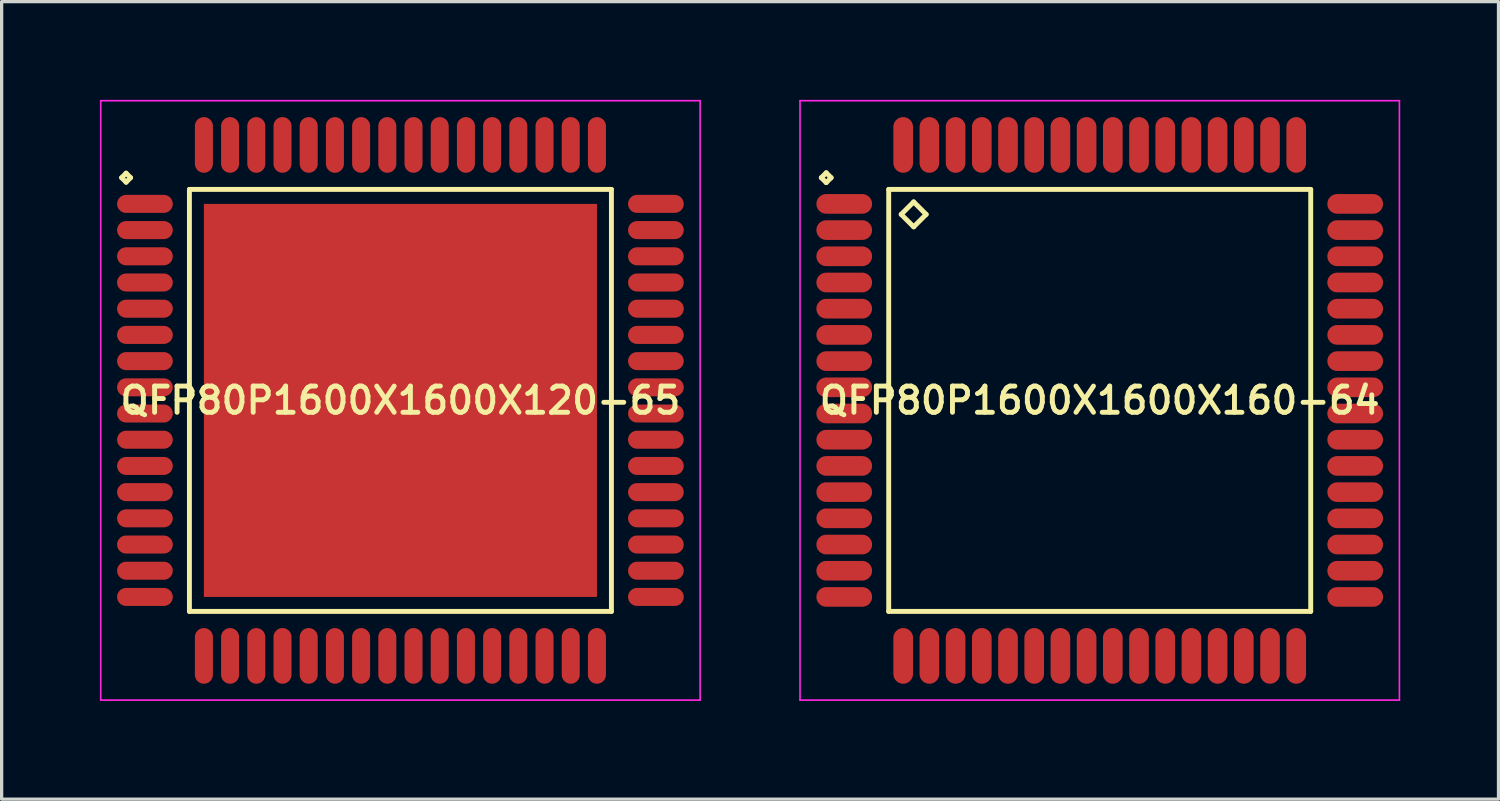
<source format=kicad_pcb>
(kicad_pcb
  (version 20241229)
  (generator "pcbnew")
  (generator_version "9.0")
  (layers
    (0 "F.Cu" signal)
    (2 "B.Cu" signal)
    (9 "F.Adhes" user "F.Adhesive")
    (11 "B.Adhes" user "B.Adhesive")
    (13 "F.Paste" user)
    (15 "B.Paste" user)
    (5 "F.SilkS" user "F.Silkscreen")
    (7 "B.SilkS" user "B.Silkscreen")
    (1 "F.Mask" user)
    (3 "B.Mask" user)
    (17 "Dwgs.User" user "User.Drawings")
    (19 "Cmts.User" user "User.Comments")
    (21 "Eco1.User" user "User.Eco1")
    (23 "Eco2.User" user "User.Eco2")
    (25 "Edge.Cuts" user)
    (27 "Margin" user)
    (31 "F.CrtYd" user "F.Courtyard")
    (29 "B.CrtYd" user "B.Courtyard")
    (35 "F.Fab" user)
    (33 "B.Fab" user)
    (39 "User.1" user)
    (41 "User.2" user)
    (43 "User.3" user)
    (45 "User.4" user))
  (footprint "QFP80P1600X1600X120-65"
    (layer "F.Cu")
    (at 9.175 9.175)
    (property "Reference" "QFP80P1600X1600X120-65" (at 0 0 0) (layer "F.SilkS") (effects (font (size 0.8 0.8) (thickness 0.15))))
    (attr smd)
    (fp_line (start -8.512 -6.8) (end -8.375 -6.938) (stroke (width 0.15) (type solid)) (layer "F.SilkS"))
    (fp_line (start -8.375 -6.938) (end -8.238 -6.8) (stroke (width 0.15) (type solid)) (layer "F.SilkS"))
    (fp_line (start -8.375 -6.662) (end -8.512 -6.8) (stroke (width 0.15) (type solid)) (layer "F.SilkS"))
    (fp_line (start -8.238 -6.8) (end -8.375 -6.662) (stroke (width 0.15) (type solid)) (layer "F.SilkS"))
    (fp_line (start -6.442 -6.442) (end -6.442 6.442) (stroke (width 0.15) (type solid)) (layer "F.SilkS"))
    (fp_line (start -6.442 6.442) (end 6.442 6.442) (stroke (width 0.15) (type solid)) (layer "F.SilkS"))
    (fp_line (start 6.442 -6.442) (end -6.442 -6.442) (stroke (width 0.15) (type solid)) (layer "F.SilkS"))
    (fp_line (start 6.442 6.442) (end 6.442 -6.442) (stroke (width 0.15) (type solid)) (layer "F.SilkS"))
    (fp_line (start -9.15 -9.15) (end 9.15 -9.15) (stroke (width 0.05) (type solid)) (layer "F.CrtYd"))
    (fp_line (start -9.15 9.15) (end -9.15 -9.15) (stroke (width 0.05) (type solid)) (layer "F.CrtYd"))
    (fp_line (start 9.15 -9.15) (end 9.15 9.15) (stroke (width 0.05) (type solid)) (layer "F.CrtYd"))
    (fp_line (start 9.15 9.15) (end -9.15 9.15) (stroke (width 0.05) (type solid)) (layer "F.CrtYd"))
    (pad "1" smd oval (at -7.8 -6) (size 1.7 0.55) (layers "F.Cu" "F.Mask" "F.Paste"))
    (pad "2" smd oval (at -7.8 -5.2) (size 1.7 0.55) (layers "F.Cu" "F.Mask" "F.Paste"))
    (pad "3" smd oval (at -7.8 -4.4) (size 1.7 0.55) (layers "F.Cu" "F.Mask" "F.Paste"))
    (pad "4" smd oval (at -7.8 -3.6) (size 1.7 0.55) (layers "F.Cu" "F.Mask" "F.Paste"))
    (pad "5" smd oval (at -7.8 -2.8) (size 1.7 0.55) (layers "F.Cu" "F.Mask" "F.Paste"))
    (pad "6" smd oval (at -7.8 -2) (size 1.7 0.55) (layers "F.Cu" "F.Mask" "F.Paste"))
    (pad "7" smd oval (at -7.8 -1.2) (size 1.7 0.55) (layers "F.Cu" "F.Mask" "F.Paste"))
    (pad "8" smd oval (at -7.8 -0.4) (size 1.7 0.55) (layers "F.Cu" "F.Mask" "F.Paste"))
    (pad "9" smd oval (at -7.8 0.4) (size 1.7 0.55) (layers "F.Cu" "F.Mask" "F.Paste"))
    (pad "10" smd oval (at -7.8 1.2) (size 1.7 0.55) (layers "F.Cu" "F.Mask" "F.Paste"))
    (pad "11" smd oval (at -7.8 2) (size 1.7 0.55) (layers "F.Cu" "F.Mask" "F.Paste"))
    (pad "12" smd oval (at -7.8 2.8) (size 1.7 0.55) (layers "F.Cu" "F.Mask" "F.Paste"))
    (pad "13" smd oval (at -7.8 3.6) (size 1.7 0.55) (layers "F.Cu" "F.Mask" "F.Paste"))
    (pad "14" smd oval (at -7.8 4.4) (size 1.7 0.55) (layers "F.Cu" "F.Mask" "F.Paste"))
    (pad "15" smd oval (at -7.8 5.2) (size 1.7 0.55) (layers "F.Cu" "F.Mask" "F.Paste"))
    (pad "16" smd oval (at -7.8 6) (size 1.7 0.55) (layers "F.Cu" "F.Mask" "F.Paste"))
    (pad "17" smd oval (at -6 7.8) (size 0.55 1.7) (layers "F.Cu" "F.Mask" "F.Paste"))
    (pad "18" smd oval (at -5.2 7.8) (size 0.55 1.7) (layers "F.Cu" "F.Mask" "F.Paste"))
    (pad "19" smd oval (at -4.4 7.8) (size 0.55 1.7) (layers "F.Cu" "F.Mask" "F.Paste"))
    (pad "20" smd oval (at -3.6 7.8) (size 0.55 1.7) (layers "F.Cu" "F.Mask" "F.Paste"))
    (pad "21" smd oval (at -2.8 7.8) (size 0.55 1.7) (layers "F.Cu" "F.Mask" "F.Paste"))
    (pad "22" smd oval (at -2 7.8) (size 0.55 1.7) (layers "F.Cu" "F.Mask" "F.Paste"))
    (pad "23" smd oval (at -1.2 7.8) (size 0.55 1.7) (layers "F.Cu" "F.Mask" "F.Paste"))
    (pad "24" smd oval (at -0.4 7.8) (size 0.55 1.7) (layers "F.Cu" "F.Mask" "F.Paste"))
    (pad "25" smd oval (at 0.4 7.8) (size 0.55 1.7) (layers "F.Cu" "F.Mask" "F.Paste"))
    (pad "26" smd oval (at 1.2 7.8) (size 0.55 1.7) (layers "F.Cu" "F.Mask" "F.Paste"))
    (pad "27" smd oval (at 2 7.8) (size 0.55 1.7) (layers "F.Cu" "F.Mask" "F.Paste"))
    (pad "28" smd oval (at 2.8 7.8) (size 0.55 1.7) (layers "F.Cu" "F.Mask" "F.Paste"))
    (pad "29" smd oval (at 3.6 7.8) (size 0.55 1.7) (layers "F.Cu" "F.Mask" "F.Paste"))
    (pad "30" smd oval (at 4.4 7.8) (size 0.55 1.7) (layers "F.Cu" "F.Mask" "F.Paste"))
    (pad "31" smd oval (at 5.2 7.8) (size 0.55 1.7) (layers "F.Cu" "F.Mask" "F.Paste"))
    (pad "32" smd oval (at 6 7.8) (size 0.55 1.7) (layers "F.Cu" "F.Mask" "F.Paste"))
    (pad "33" smd oval (at 7.8 6) (size 1.7 0.55) (layers "F.Cu" "F.Mask" "F.Paste"))
    (pad "34" smd oval (at 7.8 5.2) (size 1.7 0.55) (layers "F.Cu" "F.Mask" "F.Paste"))
    (pad "35" smd oval (at 7.8 4.4) (size 1.7 0.55) (layers "F.Cu" "F.Mask" "F.Paste"))
    (pad "36" smd oval (at 7.8 3.6) (size 1.7 0.55) (layers "F.Cu" "F.Mask" "F.Paste"))
    (pad "37" smd oval (at 7.8 2.8) (size 1.7 0.55) (layers "F.Cu" "F.Mask" "F.Paste"))
    (pad "38" smd oval (at 7.8 2) (size 1.7 0.55) (layers "F.Cu" "F.Mask" "F.Paste"))
    (pad "39" smd oval (at 7.8 1.2) (size 1.7 0.55) (layers "F.Cu" "F.Mask" "F.Paste"))
    (pad "40" smd oval (at 7.8 0.4) (size 1.7 0.55) (layers "F.Cu" "F.Mask" "F.Paste"))
    (pad "41" smd oval (at 7.8 -0.4) (size 1.7 0.55) (layers "F.Cu" "F.Mask" "F.Paste"))
    (pad "42" smd oval (at 7.8 -1.2) (size 1.7 0.55) (layers "F.Cu" "F.Mask" "F.Paste"))
    (pad "43" smd oval (at 7.8 -2) (size 1.7 0.55) (layers "F.Cu" "F.Mask" "F.Paste"))
    (pad "44" smd oval (at 7.8 -2.8) (size 1.7 0.55) (layers "F.Cu" "F.Mask" "F.Paste"))
    (pad "45" smd oval (at 7.8 -3.6) (size 1.7 0.55) (layers "F.Cu" "F.Mask" "F.Paste"))
    (pad "46" smd oval (at 7.8 -4.4) (size 1.7 0.55) (layers "F.Cu" "F.Mask" "F.Paste"))
    (pad "47" smd oval (at 7.8 -5.2) (size 1.7 0.55) (layers "F.Cu" "F.Mask" "F.Paste"))
    (pad "48" smd oval (at 7.8 -6) (size 1.7 0.55) (layers "F.Cu" "F.Mask" "F.Paste"))
    (pad "49" smd oval (at 6 -7.8) (size 0.55 1.7) (layers "F.Cu" "F.Mask" "F.Paste"))
    (pad "50" smd oval (at 5.2 -7.8) (size 0.55 1.7) (layers "F.Cu" "F.Mask" "F.Paste"))
    (pad "51" smd oval (at 4.4 -7.8) (size 0.55 1.7) (layers "F.Cu" "F.Mask" "F.Paste"))
    (pad "52" smd oval (at 3.6 -7.8) (size 0.55 1.7) (layers "F.Cu" "F.Mask" "F.Paste"))
    (pad "53" smd oval (at 2.8 -7.8) (size 0.55 1.7) (layers "F.Cu" "F.Mask" "F.Paste"))
    (pad "54" smd oval (at 2 -7.8) (size 0.55 1.7) (layers "F.Cu" "F.Mask" "F.Paste"))
    (pad "55" smd oval (at 1.2 -7.8) (size 0.55 1.7) (layers "F.Cu" "F.Mask" "F.Paste"))
    (pad "56" smd oval (at 0.4 -7.8) (size 0.55 1.7) (layers "F.Cu" "F.Mask" "F.Paste"))
    (pad "57" smd oval (at -0.4 -7.8) (size 0.55 1.7) (layers "F.Cu" "F.Mask" "F.Paste"))
    (pad "58" smd oval (at -1.2 -7.8) (size 0.55 1.7) (layers "F.Cu" "F.Mask" "F.Paste"))
    (pad "59" smd oval (at -2 -7.8) (size 0.55 1.7) (layers "F.Cu" "F.Mask" "F.Paste"))
    (pad "60" smd oval (at -2.8 -7.8) (size 0.55 1.7) (layers "F.Cu" "F.Mask" "F.Paste"))
    (pad "61" smd oval (at -3.6 -7.8) (size 0.55 1.7) (layers "F.Cu" "F.Mask" "F.Paste"))
    (pad "62" smd oval (at -4.4 -7.8) (size 0.55 1.7) (layers "F.Cu" "F.Mask" "F.Paste"))
    (pad "63" smd oval (at -5.2 -7.8) (size 0.55 1.7) (layers "F.Cu" "F.Mask" "F.Paste"))
    (pad "64" smd oval (at -6 -7.8) (size 0.55 1.7) (layers "F.Cu" "F.Mask" "F.Paste"))
    (pad "65" smd rect (at 0 0) (size 12 12) (layers "F.Cu" "F.Mask" "F.Paste")))
  (footprint "QFP80P1600X1600X160-64"
    (layer "F.Cu")
    (at 30.525 9.175)
    (property "Reference" "QFP80P1600X1600X160-64" (at 0 0 0) (layer "F.SilkS") (effects (font (size 0.8 0.8) (thickness 0.15))))
    (attr smd)
    (fp_line (start -8.5 -6.8) (end -8.35 -6.95) (stroke (width 0.15) (type solid)) (layer "F.SilkS"))
    (fp_line (start -8.35 -6.95) (end -8.2 -6.8) (stroke (width 0.15) (type solid)) (layer "F.SilkS"))
    (fp_line (start -8.35 -6.65) (end -8.5 -6.8) (stroke (width 0.15) (type solid)) (layer "F.SilkS"))
    (fp_line (start -8.2 -6.8) (end -8.35 -6.65) (stroke (width 0.15) (type solid)) (layer "F.SilkS"))
    (fp_line (start -6.442 -6.442) (end -6.442 6.442) (stroke (width 0.15) (type solid)) (layer "F.SilkS"))
    (fp_line (start -6.442 6.442) (end 6.442 6.442) (stroke (width 0.15) (type solid)) (layer "F.SilkS"))
    (fp_line (start -6.061 -5.68) (end -5.68 -6.061) (stroke (width 0.15) (type solid)) (layer "F.SilkS"))
    (fp_line (start -5.68 -6.061) (end -5.299 -5.68) (stroke (width 0.15) (type solid)) (layer "F.SilkS"))
    (fp_line (start -5.68 -5.299) (end -6.061 -5.68) (stroke (width 0.15) (type solid)) (layer "F.SilkS"))
    (fp_line (start -5.299 -5.68) (end -5.68 -5.299) (stroke (width 0.15) (type solid)) (layer "F.SilkS"))
    (fp_line (start 6.442 -6.442) (end -6.442 -6.442) (stroke (width 0.15) (type solid)) (layer "F.SilkS"))
    (fp_line (start 6.442 6.442) (end 6.442 -6.442) (stroke (width 0.15) (type solid)) (layer "F.SilkS"))
    (fp_line (start -9.15 -9.15) (end 9.15 -9.15) (stroke (width 0.05) (type solid)) (layer "F.CrtYd"))
    (fp_line (start -9.15 9.15) (end -9.15 -9.15) (stroke (width 0.05) (type solid)) (layer "F.CrtYd"))
    (fp_line (start 9.15 -9.15) (end 9.15 9.15) (stroke (width 0.05) (type solid)) (layer "F.CrtYd"))
    (fp_line (start 9.15 9.15) (end -9.15 9.15) (stroke (width 0.05) (type solid)) (layer "F.CrtYd"))
    (pad "1" smd oval (at -7.8 -6) (size 1.7 0.6) (layers "F.Cu" "F.Mask" "F.Paste"))
    (pad "2" smd oval (at -7.8 -5.2) (size 1.7 0.6) (layers "F.Cu" "F.Mask" "F.Paste"))
    (pad "3" smd oval (at -7.8 -4.4) (size 1.7 0.6) (layers "F.Cu" "F.Mask" "F.Paste"))
    (pad "4" smd oval (at -7.8 -3.6) (size 1.7 0.6) (layers "F.Cu" "F.Mask" "F.Paste"))
    (pad "5" smd oval (at -7.8 -2.8) (size 1.7 0.6) (layers "F.Cu" "F.Mask" "F.Paste"))
    (pad "6" smd oval (at -7.8 -2) (size 1.7 0.6) (layers "F.Cu" "F.Mask" "F.Paste"))
    (pad "7" smd oval (at -7.8 -1.2) (size 1.7 0.6) (layers "F.Cu" "F.Mask" "F.Paste"))
    (pad "8" smd oval (at -7.8 -0.4) (size 1.7 0.6) (layers "F.Cu" "F.Mask" "F.Paste"))
    (pad "9" smd oval (at -7.8 0.4) (size 1.7 0.6) (layers "F.Cu" "F.Mask" "F.Paste"))
    (pad "10" smd oval (at -7.8 1.2) (size 1.7 0.6) (layers "F.Cu" "F.Mask" "F.Paste"))
    (pad "11" smd oval (at -7.8 2) (size 1.7 0.6) (layers "F.Cu" "F.Mask" "F.Paste"))
    (pad "12" smd oval (at -7.8 2.8) (size 1.7 0.6) (layers "F.Cu" "F.Mask" "F.Paste"))
    (pad "13" smd oval (at -7.8 3.6) (size 1.7 0.6) (layers "F.Cu" "F.Mask" "F.Paste"))
    (pad "14" smd oval (at -7.8 4.4) (size 1.7 0.6) (layers "F.Cu" "F.Mask" "F.Paste"))
    (pad "15" smd oval (at -7.8 5.2) (size 1.7 0.6) (layers "F.Cu" "F.Mask" "F.Paste"))
    (pad "16" smd oval (at -7.8 6) (size 1.7 0.6) (layers "F.Cu" "F.Mask" "F.Paste"))
    (pad "17" smd oval (at -6 7.8) (size 0.6 1.7) (layers "F.Cu" "F.Mask" "F.Paste"))
    (pad "18" smd oval (at -5.2 7.8) (size 0.6 1.7) (layers "F.Cu" "F.Mask" "F.Paste"))
    (pad "19" smd oval (at -4.4 7.8) (size 0.6 1.7) (layers "F.Cu" "F.Mask" "F.Paste"))
    (pad "20" smd oval (at -3.6 7.8) (size 0.6 1.7) (layers "F.Cu" "F.Mask" "F.Paste"))
    (pad "21" smd oval (at -2.8 7.8) (size 0.6 1.7) (layers "F.Cu" "F.Mask" "F.Paste"))
    (pad "22" smd oval (at -2 7.8) (size 0.6 1.7) (layers "F.Cu" "F.Mask" "F.Paste"))
    (pad "23" smd oval (at -1.2 7.8) (size 0.6 1.7) (layers "F.Cu" "F.Mask" "F.Paste"))
    (pad "24" smd oval (at -0.4 7.8) (size 0.6 1.7) (layers "F.Cu" "F.Mask" "F.Paste"))
    (pad "25" smd oval (at 0.4 7.8) (size 0.6 1.7) (layers "F.Cu" "F.Mask" "F.Paste"))
    (pad "26" smd oval (at 1.2 7.8) (size 0.6 1.7) (layers "F.Cu" "F.Mask" "F.Paste"))
    (pad "27" smd oval (at 2 7.8) (size 0.6 1.7) (layers "F.Cu" "F.Mask" "F.Paste"))
    (pad "28" smd oval (at 2.8 7.8) (size 0.6 1.7) (layers "F.Cu" "F.Mask" "F.Paste"))
    (pad "29" smd oval (at 3.6 7.8) (size 0.6 1.7) (layers "F.Cu" "F.Mask" "F.Paste"))
    (pad "30" smd oval (at 4.4 7.8) (size 0.6 1.7) (layers "F.Cu" "F.Mask" "F.Paste"))
    (pad "31" smd oval (at 5.2 7.8) (size 0.6 1.7) (layers "F.Cu" "F.Mask" "F.Paste"))
    (pad "32" smd oval (at 6 7.8) (size 0.6 1.7) (layers "F.Cu" "F.Mask" "F.Paste"))
    (pad "33" smd oval (at 7.8 6) (size 1.7 0.6) (layers "F.Cu" "F.Mask" "F.Paste"))
    (pad "34" smd oval (at 7.8 5.2) (size 1.7 0.6) (layers "F.Cu" "F.Mask" "F.Paste"))
    (pad "35" smd oval (at 7.8 4.4) (size 1.7 0.6) (layers "F.Cu" "F.Mask" "F.Paste"))
    (pad "36" smd oval (at 7.8 3.6) (size 1.7 0.6) (layers "F.Cu" "F.Mask" "F.Paste"))
    (pad "37" smd oval (at 7.8 2.8) (size 1.7 0.6) (layers "F.Cu" "F.Mask" "F.Paste"))
    (pad "38" smd oval (at 7.8 2) (size 1.7 0.6) (layers "F.Cu" "F.Mask" "F.Paste"))
    (pad "39" smd oval (at 7.8 1.2) (size 1.7 0.6) (layers "F.Cu" "F.Mask" "F.Paste"))
    (pad "40" smd oval (at 7.8 0.4) (size 1.7 0.6) (layers "F.Cu" "F.Mask" "F.Paste"))
    (pad "41" smd oval (at 7.8 -0.4) (size 1.7 0.6) (layers "F.Cu" "F.Mask" "F.Paste"))
    (pad "42" smd oval (at 7.8 -1.2) (size 1.7 0.6) (layers "F.Cu" "F.Mask" "F.Paste"))
    (pad "43" smd oval (at 7.8 -2) (size 1.7 0.6) (layers "F.Cu" "F.Mask" "F.Paste"))
    (pad "44" smd oval (at 7.8 -2.8) (size 1.7 0.6) (layers "F.Cu" "F.Mask" "F.Paste"))
    (pad "45" smd oval (at 7.8 -3.6) (size 1.7 0.6) (layers "F.Cu" "F.Mask" "F.Paste"))
    (pad "46" smd oval (at 7.8 -4.4) (size 1.7 0.6) (layers "F.Cu" "F.Mask" "F.Paste"))
    (pad "47" smd oval (at 7.8 -5.2) (size 1.7 0.6) (layers "F.Cu" "F.Mask" "F.Paste"))
    (pad "48" smd oval (at 7.8 -6) (size 1.7 0.6) (layers "F.Cu" "F.Mask" "F.Paste"))
    (pad "49" smd oval (at 6 -7.8) (size 0.6 1.7) (layers "F.Cu" "F.Mask" "F.Paste"))
    (pad "50" smd oval (at 5.2 -7.8) (size 0.6 1.7) (layers "F.Cu" "F.Mask" "F.Paste"))
    (pad "51" smd oval (at 4.4 -7.8) (size 0.6 1.7) (layers "F.Cu" "F.Mask" "F.Paste"))
    (pad "52" smd oval (at 3.6 -7.8) (size 0.6 1.7) (layers "F.Cu" "F.Mask" "F.Paste"))
    (pad "53" smd oval (at 2.8 -7.8) (size 0.6 1.7) (layers "F.Cu" "F.Mask" "F.Paste"))
    (pad "54" smd oval (at 2 -7.8) (size 0.6 1.7) (layers "F.Cu" "F.Mask" "F.Paste"))
    (pad "55" smd oval (at 1.2 -7.8) (size 0.6 1.7) (layers "F.Cu" "F.Mask" "F.Paste"))
    (pad "56" smd oval (at 0.4 -7.8) (size 0.6 1.7) (layers "F.Cu" "F.Mask" "F.Paste"))
    (pad "57" smd oval (at -0.4 -7.8) (size 0.6 1.7) (layers "F.Cu" "F.Mask" "F.Paste"))
    (pad "58" smd oval (at -1.2 -7.8) (size 0.6 1.7) (layers "F.Cu" "F.Mask" "F.Paste"))
    (pad "59" smd oval (at -2 -7.8) (size 0.6 1.7) (layers "F.Cu" "F.Mask" "F.Paste"))
    (pad "60" smd oval (at -2.8 -7.8) (size 0.6 1.7) (layers "F.Cu" "F.Mask" "F.Paste"))
    (pad "61" smd oval (at -3.6 -7.8) (size 0.6 1.7) (layers "F.Cu" "F.Mask" "F.Paste"))
    (pad "62" smd oval (at -4.4 -7.8) (size 0.6 1.7) (layers "F.Cu" "F.Mask" "F.Paste"))
    (pad "63" smd oval (at -5.2 -7.8) (size 0.6 1.7) (layers "F.Cu" "F.Mask" "F.Paste"))
    (pad "64" smd oval (at -6 -7.8) (size 0.6 1.7) (layers "F.Cu" "F.Mask" "F.Paste")))
  (gr_rect
    (start -3 -3)
    (end 42.7 21.35)
    (stroke (width 0.1) (type default))
    (fill no)
    (layer "Edge.Cuts")))
</source>
